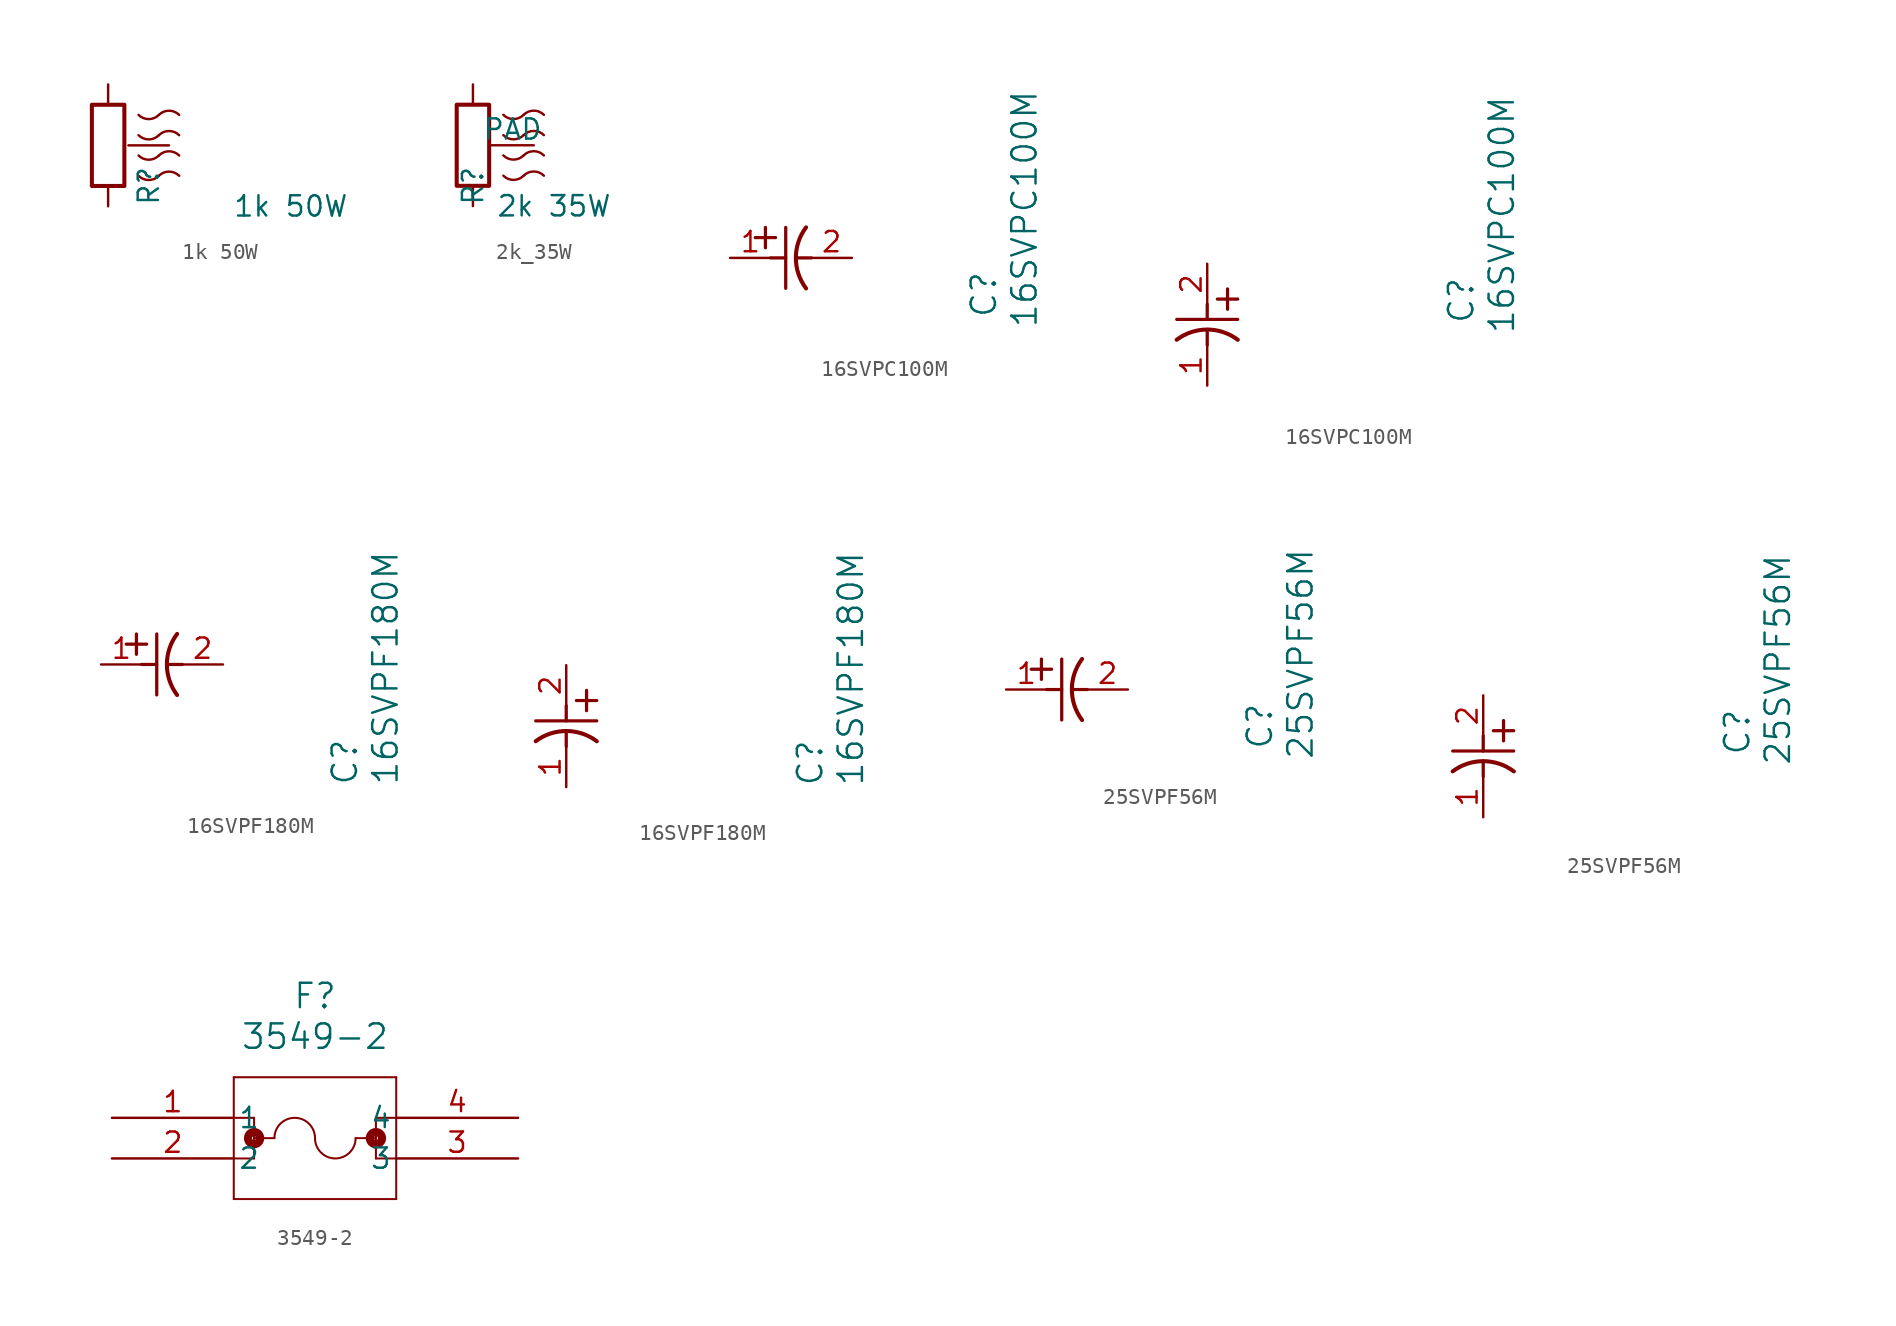
<source format=kicad_sym>
(kicad_symbol_lib
  (version 20231120)
  (generator "kicad_symbol_editor")
  (generator_version "8.0")
  (symbol "1k 50W"
    (pin_numbers hide)
    (pin_names
      (offset 0))
    (property "Reference" "R"
      (at 2.54 -2.54 90)
      (effects (font (size 1.27 1.27))))
    (property "Value" "1k 50W"
      (at 11.43 -3.81 0)
      (effects (font (size 1.27 1.27))))
    (symbol "1k 50W_0_1"
      (rectangle (start -1.016 2.54) (end 1.016 -2.54) (stroke (width 0.254) (type default)) (fill (type none)))
      (arc (start 1.905 -1.9051) (mid 2.54 -2.1681) (end 3.175 -1.9051) (stroke (width 0) (type default)) (fill (type none)))
      (arc (start 1.905 -0.6351) (mid 2.54 -0.8981) (end 3.175 -0.6351) (stroke (width 0) (type default)) (fill (type none)))
      (arc (start 1.905 0.6349) (mid 2.54 0.3719) (end 3.175 0.6349) (stroke (width 0) (type default)) (fill (type none)))
      (arc (start 1.905 1.905) (mid 2.54 1.642) (end 3.175 1.905) (stroke (width 0) (type default)) (fill (type none)))
      (arc (start 4.445 -1.905) (mid 3.81 -1.642) (end 3.175 -1.905) (stroke (width 0) (type default)) (fill (type none)))
      (arc (start 4.445 -0.635) (mid 3.81 -0.372) (end 3.175 -0.635) (stroke (width 0) (type default)) (fill (type none)))
      (arc (start 4.445 0.635) (mid 3.81 0.898) (end 3.175 0.635) (stroke (width 0) (type default)) (fill (type none)))
      (arc (start 4.445 1.9051) (mid 3.81 2.1681) (end 3.175 1.9051) (stroke (width 0) (type default)) (fill (type none))))
    (symbol "1k 50W_1_1"
      (pin passive line (at 0 3.81 270) (length 1.27) (name "~" (effects (font (size 1.27 1.27)))) (number "1" (effects (font (size 1.27 1.27)))))
      (pin passive line (at 3.81 0 180) (length 2.54) (name "~" (effects (font (size 1.27 1.27)))) (number "2" (effects (font (size 1.27 1.27)))))
      (pin passive line (at 0 -3.81 90) (length 1.27) (name "~" (effects (font (size 1.27 1.27)))) (number "3" (effects (font (size 1.27 1.27)))))))
  (symbol "2k_35W"
    (pin_numbers hide)
    (pin_names
      (offset 0))
    (property "Reference" "R"
      (at 0 -2.54 90)
      (effects (font (size 1.27 1.27))))
    (property "Value" "2k 35W"
      (at 5.08 -3.81 0)
      (effects (font (size 1.27 1.27))))
    (symbol "2k_35W_0_1"
      (rectangle (start -1.016 2.54) (end 1.016 -2.54) (stroke (width 0.254) (type default)) (fill (type none)))
      (arc (start 1.905 -1.9051) (mid 2.54 -2.1681) (end 3.175 -1.9051) (stroke (width 0) (type default)) (fill (type none)))
      (arc (start 1.905 -0.6351) (mid 2.54 -0.8981) (end 3.175 -0.6351) (stroke (width 0) (type default)) (fill (type none)))
      (arc (start 1.905 0.6349) (mid 2.54 0.3719) (end 3.175 0.6349) (stroke (width 0) (type default)) (fill (type none)))
      (arc (start 1.905 1.905) (mid 2.54 1.642) (end 3.175 1.905) (stroke (width 0) (type default)) (fill (type none)))
      (arc (start 4.445 -1.905) (mid 3.81 -1.642) (end 3.175 -1.905) (stroke (width 0) (type default)) (fill (type none)))
      (arc (start 4.445 -0.635) (mid 3.81 -0.372) (end 3.175 -0.635) (stroke (width 0) (type default)) (fill (type none)))
      (arc (start 4.445 0.635) (mid 3.81 0.898) (end 3.175 0.635) (stroke (width 0) (type default)) (fill (type none)))
      (arc (start 4.445 1.9051) (mid 3.81 2.1681) (end 3.175 1.9051) (stroke (width 0) (type default)) (fill (type none))))
    (symbol "2k_35W_1_1"
      (pin passive line (at 0 3.81 270) (length 1.27) (name "~" (effects (font (size 1.27 1.27)))) (number "1" (effects (font (size 1.27 1.27)))))
      (pin passive line (at 0 -3.81 90) (length 1.27) (name "~" (effects (font (size 1.27 1.27)))) (number "2" (effects (font (size 1.27 1.27)))))
      (pin passive line (at 3.81 0 180) (length 2.65) (name "PAD" (effects (font (size 1.27 1.27)))) (number "3" (effects (font (size 1.27 1.27)))))))
  (symbol "16SVPC100M"
    (pin_names
      (offset 0.254))
    (property "Reference" "C"
      (at 15.875 -3.81 90)
      (effects (font (size 1.524 1.524)) (justify left)))
    (property "Value" "16SVPC100M"
      (at 18.415 -4.445 90)
      (effects (font (size 1.524 1.524)) (justify left)))
    (symbol "16SVPC100M_1_1"
      (polyline (pts (xy 1.575 1.27) (xy 2.845 1.27)) (stroke (width 0.203) (type default)) (fill (type none)))
      (polyline (pts (xy 2.21 0.635) (xy 2.21 1.905)) (stroke (width 0.203) (type default)) (fill (type none)))
      (polyline (pts (xy 2.54 0) (xy 3.48 0)) (stroke (width 0.203) (type default)) (fill (type none)))
      (polyline (pts (xy 3.48 -1.905) (xy 3.48 1.905)) (stroke (width 0.203) (type default)) (fill (type none)))
      (polyline (pts (xy 4.115 0) (xy 5.08 0)) (stroke (width 0.203) (type default)) (fill (type none)))
      (arc (start 4.7541 1.9108) (mid 4.1148 0) (end 4.7541 -1.9108) (stroke (width 0.254) (type default)) (fill (type none)))
      (pin unspecified line (at 0 0 0) (length 2.54) (name "" (effects (font (size 1.27 1.27)))) (number "1" (effects (font (size 1.27 1.27)))))
      (pin unspecified line (at 7.62 0 180) (length 2.54) (name "" (effects (font (size 1.27 1.27)))) (number "2" (effects (font (size 1.27 1.27))))))
    (symbol "16SVPC100M_1_2"
      (polyline (pts (xy -1.905 -3.48) (xy 1.905 -3.48)) (stroke (width 0.203) (type default)) (fill (type none)))
      (polyline (pts (xy 0 -4.115) (xy 0 -5.08)) (stroke (width 0.203) (type default)) (fill (type none)))
      (polyline (pts (xy 0 -2.54) (xy 0 -3.48)) (stroke (width 0.203) (type default)) (fill (type none)))
      (polyline (pts (xy 0.635 -2.21) (xy 1.905 -2.21)) (stroke (width 0.203) (type default)) (fill (type none)))
      (polyline (pts (xy 1.27 -1.575) (xy 1.27 -2.845)) (stroke (width 0.203) (type default)) (fill (type none)))
      (arc (start 1.9108 -4.7541) (mid 0 -4.1148) (end -1.9108 -4.7541) (stroke (width 0.254) (type default)) (fill (type none)))
      (pin unspecified line (at 0 -7.62 90) (length 2.54) (name "" (effects (font (size 1.27 1.27)))) (number "1" (effects (font (size 1.27 1.27)))))
      (pin unspecified line (at 0 0 270) (length 2.54) (name "" (effects (font (size 1.27 1.27)))) (number "2" (effects (font (size 1.27 1.27)))))))
  (symbol "16SVPF180M"
    (pin_names
      (offset 0.254))
    (property "Reference" "C"
      (at 15.24 -7.62 90)
      (effects (font (size 1.524 1.524)) (justify left)))
    (property "Value" "16SVPF180M"
      (at 17.78 -7.62 90)
      (effects (font (size 1.524 1.524)) (justify left)))
    (symbol "16SVPF180M_1_1"
      (polyline (pts (xy 1.575 1.27) (xy 2.845 1.27)) (stroke (width 0.203) (type default)) (fill (type none)))
      (polyline (pts (xy 2.21 0.635) (xy 2.21 1.905)) (stroke (width 0.203) (type default)) (fill (type none)))
      (polyline (pts (xy 2.54 0) (xy 3.48 0)) (stroke (width 0.203) (type default)) (fill (type none)))
      (polyline (pts (xy 3.48 -1.905) (xy 3.48 1.905)) (stroke (width 0.203) (type default)) (fill (type none)))
      (polyline (pts (xy 4.115 0) (xy 5.08 0)) (stroke (width 0.203) (type default)) (fill (type none)))
      (arc (start 4.7541 1.9108) (mid 4.1148 0) (end 4.7541 -1.9108) (stroke (width 0.254) (type default)) (fill (type none)))
      (pin unspecified line (at 0 0 0) (length 2.54) (name "" (effects (font (size 1.27 1.27)))) (number "1" (effects (font (size 1.27 1.27)))))
      (pin unspecified line (at 7.62 0 180) (length 2.54) (name "" (effects (font (size 1.27 1.27)))) (number "2" (effects (font (size 1.27 1.27))))))
    (symbol "16SVPF180M_1_2"
      (polyline (pts (xy -1.905 -3.48) (xy 1.905 -3.48)) (stroke (width 0.203) (type default)) (fill (type none)))
      (polyline (pts (xy 0 -4.115) (xy 0 -5.08)) (stroke (width 0.203) (type default)) (fill (type none)))
      (polyline (pts (xy 0 -2.54) (xy 0 -3.48)) (stroke (width 0.203) (type default)) (fill (type none)))
      (polyline (pts (xy 0.635 -2.21) (xy 1.905 -2.21)) (stroke (width 0.203) (type default)) (fill (type none)))
      (polyline (pts (xy 1.27 -1.575) (xy 1.27 -2.845)) (stroke (width 0.203) (type default)) (fill (type none)))
      (arc (start 1.9108 -4.7541) (mid 0 -4.1148) (end -1.9108 -4.7541) (stroke (width 0.254) (type default)) (fill (type none)))
      (pin unspecified line (at 0 -7.62 90) (length 2.54) (name "" (effects (font (size 1.27 1.27)))) (number "1" (effects (font (size 1.27 1.27)))))
      (pin unspecified line (at 0 0 270) (length 2.54) (name "" (effects (font (size 1.27 1.27)))) (number "2" (effects (font (size 1.27 1.27)))))))
  (symbol "25SVPF56M"
    (pin_names
      (offset 0.254))
    (property "Reference" "C"
      (at 15.875 -3.81 90)
      (effects (font (size 1.524 1.524)) (justify left)))
    (property "Value" "25SVPF56M"
      (at 18.415 -4.445 90)
      (effects (font (size 1.524 1.524)) (justify left)))
    (symbol "25SVPF56M_1_1"
      (polyline (pts (xy 1.575 1.27) (xy 2.845 1.27)) (stroke (width 0.203) (type default)) (fill (type none)))
      (polyline (pts (xy 2.21 0.635) (xy 2.21 1.905)) (stroke (width 0.203) (type default)) (fill (type none)))
      (polyline (pts (xy 2.54 0) (xy 3.48 0)) (stroke (width 0.203) (type default)) (fill (type none)))
      (polyline (pts (xy 3.48 -1.905) (xy 3.48 1.905)) (stroke (width 0.203) (type default)) (fill (type none)))
      (polyline (pts (xy 4.115 0) (xy 5.08 0)) (stroke (width 0.203) (type default)) (fill (type none)))
      (arc (start 4.7541 1.9108) (mid 4.1148 0) (end 4.7541 -1.9108) (stroke (width 0.254) (type default)) (fill (type none)))
      (pin unspecified line (at 0 0 0) (length 2.54) (name "" (effects (font (size 1.27 1.27)))) (number "1" (effects (font (size 1.27 1.27)))))
      (pin unspecified line (at 7.62 0 180) (length 2.54) (name "" (effects (font (size 1.27 1.27)))) (number "2" (effects (font (size 1.27 1.27))))))
    (symbol "25SVPF56M_1_2"
      (polyline (pts (xy -1.905 -3.48) (xy 1.905 -3.48)) (stroke (width 0.203) (type default)) (fill (type none)))
      (polyline (pts (xy 0 -4.115) (xy 0 -5.08)) (stroke (width 0.203) (type default)) (fill (type none)))
      (polyline (pts (xy 0 -2.54) (xy 0 -3.48)) (stroke (width 0.203) (type default)) (fill (type none)))
      (polyline (pts (xy 0.635 -2.21) (xy 1.905 -2.21)) (stroke (width 0.203) (type default)) (fill (type none)))
      (polyline (pts (xy 1.27 -1.575) (xy 1.27 -2.845)) (stroke (width 0.203) (type default)) (fill (type none)))
      (arc (start 1.9108 -4.7541) (mid 0 -4.1148) (end -1.9108 -4.7541) (stroke (width 0.254) (type default)) (fill (type none)))
      (pin unspecified line (at 0 -7.62 90) (length 2.54) (name "" (effects (font (size 1.27 1.27)))) (number "1" (effects (font (size 1.27 1.27)))))
      (pin unspecified line (at 0 0 270) (length 2.54) (name "" (effects (font (size 1.27 1.27)))) (number "2" (effects (font (size 1.27 1.27)))))))
  (symbol "3549-2"
    (pin_names
      (offset 0.254))
    (property "Reference" "F"
      (at 12.7 7.62 0)
      (effects (font (size 1.524 1.524))))
    (property "Value" "3549-2"
      (at 12.7 5.08 0)
      (effects (font (size 1.524 1.524))))
    (symbol "3549-2_0_1"
      (polyline (pts (xy 7.62 -5.08) (xy 17.78 -5.08)) (stroke (width 0.127) (type default)) (fill (type none)))
      (polyline (pts (xy 7.62 0) (xy 8.89 0)) (stroke (width 0.127) (type default)) (fill (type none)))
      (polyline (pts (xy 7.62 2.54) (xy 7.62 -5.08)) (stroke (width 0.127) (type default)) (fill (type none)))
      (polyline (pts (xy 8.89 -2.54) (xy 7.62 -2.54)) (stroke (width 0.127) (type default)) (fill (type none)))
      (polyline (pts (xy 8.89 -1.27) (xy 10.16 -1.27)) (stroke (width 0.127) (type default)) (fill (type none)))
      (polyline (pts (xy 8.89 0) (xy 8.89 -2.54)) (stroke (width 0.127) (type default)) (fill (type none)))
      (polyline (pts (xy 15.24 -1.27) (xy 16.51 -1.27)) (stroke (width 0.127) (type default)) (fill (type none)))
      (polyline (pts (xy 16.51 -2.54) (xy 17.78 -2.54)) (stroke (width 0.127) (type default)) (fill (type none)))
      (polyline (pts (xy 16.51 0) (xy 16.51 -2.54)) (stroke (width 0.127) (type default)) (fill (type none)))
      (polyline (pts (xy 16.51 0) (xy 17.78 0)) (stroke (width 0.127) (type default)) (fill (type none)))
      (polyline (pts (xy 17.78 -5.08) (xy 17.78 2.54)) (stroke (width 0.127) (type default)) (fill (type none)))
      (polyline (pts (xy 17.78 2.54) (xy 7.62 2.54)) (stroke (width 0.127) (type default)) (fill (type none)))
      (circle (center 8.89 -1.27) (radius 0.127) (stroke (width 0.508) (type default)) (fill (type none)))
      (arc (start 12.7 -1.27) (mid 11.43 -0.0055) (end 10.16 -1.27) (stroke (width 0.127) (type default)) (fill (type none)))
      (arc (start 12.7 -1.27) (mid 13.97 -2.5345) (end 15.24 -1.27) (stroke (width 0.127) (type default)) (fill (type none)))
      (circle (center 16.51 -1.27) (radius 0.127) (stroke (width 0.508) (type default)) (fill (type none)))
      (pin unspecified line (at 0 0 0) (length 7.62) (name "1" (effects (font (size 1.27 1.27)))) (number "1" (effects (font (size 1.27 1.27)))))
      (pin unspecified line (at 0 -2.54 0) (length 7.62) (name "2" (effects (font (size 1.27 1.27)))) (number "2" (effects (font (size 1.27 1.27)))))
      (pin unspecified line (at 25.4 -2.54 180) (length 7.62) (name "3" (effects (font (size 1.27 1.27)))) (number "3" (effects (font (size 1.27 1.27)))))
      (pin unspecified line (at 25.4 0 180) (length 7.62) (name "4" (effects (font (size 1.27 1.27)))) (number "4" (effects (font (size 1.27 1.27))))))))
</source>
